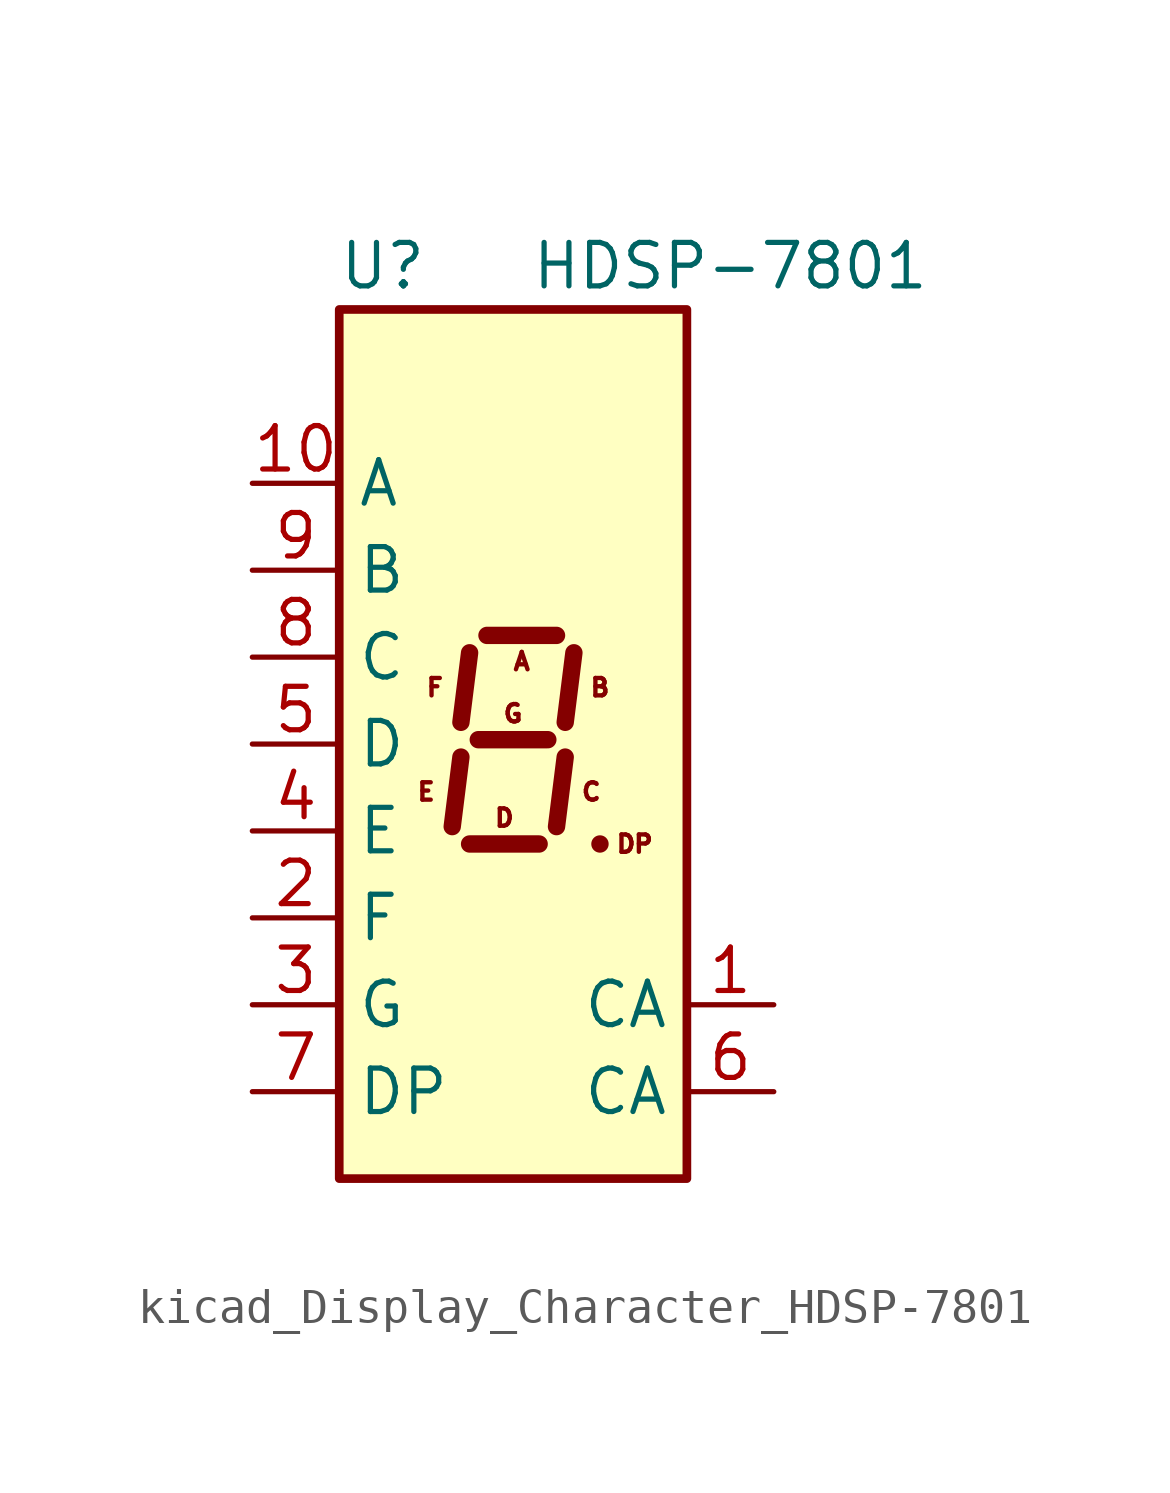
<source format=kicad_sym>
(kicad_symbol_lib
  (version 20220914)
  (generator kicad_symbol_editor)
  (symbol "kicad_Display_Character_HDSP-7801"
    (property "Reference" "U"
      (at -3.81 13.97 0)
      (effects (font (size 1.27 1.27))))
    (property "Value" "HDSP-7801"
      (at 6.35 13.97 0)
      (effects (font (size 1.27 1.27))))
    (symbol "kicad_Display_Character_HDSP-7801_1_0"
      (text "A" (at 0.254 2.413 0) (effects (font (size 0.508 0.508))))
      (text "B" (at 2.54 1.651 0) (effects (font (size 0.508 0.508))))
      (text "C" (at 2.286 -1.397 0) (effects (font (size 0.508 0.508))))
      (text "D" (at -0.254 -2.159 0) (effects (font (size 0.508 0.508))))
      (text "DP" (at 3.556 -2.921 0) (effects (font (size 0.508 0.508))))
      (text "E" (at -2.54 -1.397 0) (effects (font (size 0.508 0.508))))
      (text "F" (at -2.286 1.651 0) (effects (font (size 0.508 0.508))))
      (text "G" (at 0 0.889 0) (effects (font (size 0.508 0.508)))))
    (symbol "kicad_Display_Character_HDSP-7801_1_1"
      (rectangle (start -5.08 12.7) (end 5.08 -12.7) (stroke (width 0.254) (type default)) (fill (type background)))
      (polyline (pts (xy -1.524 -0.381) (xy -1.778 -2.413)) (stroke (width 0.508) (type default)) (fill (type none)))
      (polyline (pts (xy -1.27 -2.921) (xy 0.762 -2.921)) (stroke (width 0.508) (type default)) (fill (type none)))
      (polyline (pts (xy -1.27 2.667) (xy -1.524 0.635)) (stroke (width 0.508) (type default)) (fill (type none)))
      (polyline (pts (xy -1.016 0.127) (xy 1.016 0.127)) (stroke (width 0.508) (type default)) (fill (type none)))
      (polyline (pts (xy -0.762 3.175) (xy 1.27 3.175)) (stroke (width 0.508) (type default)) (fill (type none)))
      (polyline (pts (xy 1.524 -0.381) (xy 1.27 -2.413)) (stroke (width 0.508) (type default)) (fill (type none)))
      (polyline (pts (xy 1.778 2.667) (xy 1.524 0.635)) (stroke (width 0.508) (type default)) (fill (type none)))
      (polyline (pts (xy 2.54 -2.921) (xy 2.54 -2.921)) (stroke (width 0.508) (type default)) (fill (type none)))
      (pin input line (at 7.62 -7.62 180) (length 2.54) (name "CA" (effects (font (size 1.27 1.27)))) (number "1" (effects (font (size 1.27 1.27)))))
      (pin input line (at -7.62 7.62 0) (length 2.54) (name "A" (effects (font (size 1.27 1.27)))) (number "10" (effects (font (size 1.27 1.27)))))
      (pin input line (at -7.62 -5.08 0) (length 2.54) (name "F" (effects (font (size 1.27 1.27)))) (number "2" (effects (font (size 1.27 1.27)))))
      (pin input line (at -7.62 -7.62 0) (length 2.54) (name "G" (effects (font (size 1.27 1.27)))) (number "3" (effects (font (size 1.27 1.27)))))
      (pin input line (at -7.62 -2.54 0) (length 2.54) (name "E" (effects (font (size 1.27 1.27)))) (number "4" (effects (font (size 1.27 1.27)))))
      (pin input line (at -7.62 0 0) (length 2.54) (name "D" (effects (font (size 1.27 1.27)))) (number "5" (effects (font (size 1.27 1.27)))))
      (pin input line (at 7.62 -10.16 180) (length 2.54) (name "CA" (effects (font (size 1.27 1.27)))) (number "6" (effects (font (size 1.27 1.27)))))
      (pin input line (at -7.62 -10.16 0) (length 2.54) (name "DP" (effects (font (size 1.27 1.27)))) (number "7" (effects (font (size 1.27 1.27)))))
      (pin input line (at -7.62 2.54 0) (length 2.54) (name "C" (effects (font (size 1.27 1.27)))) (number "8" (effects (font (size 1.27 1.27)))))
      (pin input line (at -7.62 5.08 0) (length 2.54) (name "B" (effects (font (size 1.27 1.27)))) (number "9" (effects (font (size 1.27 1.27))))))))
</source>
